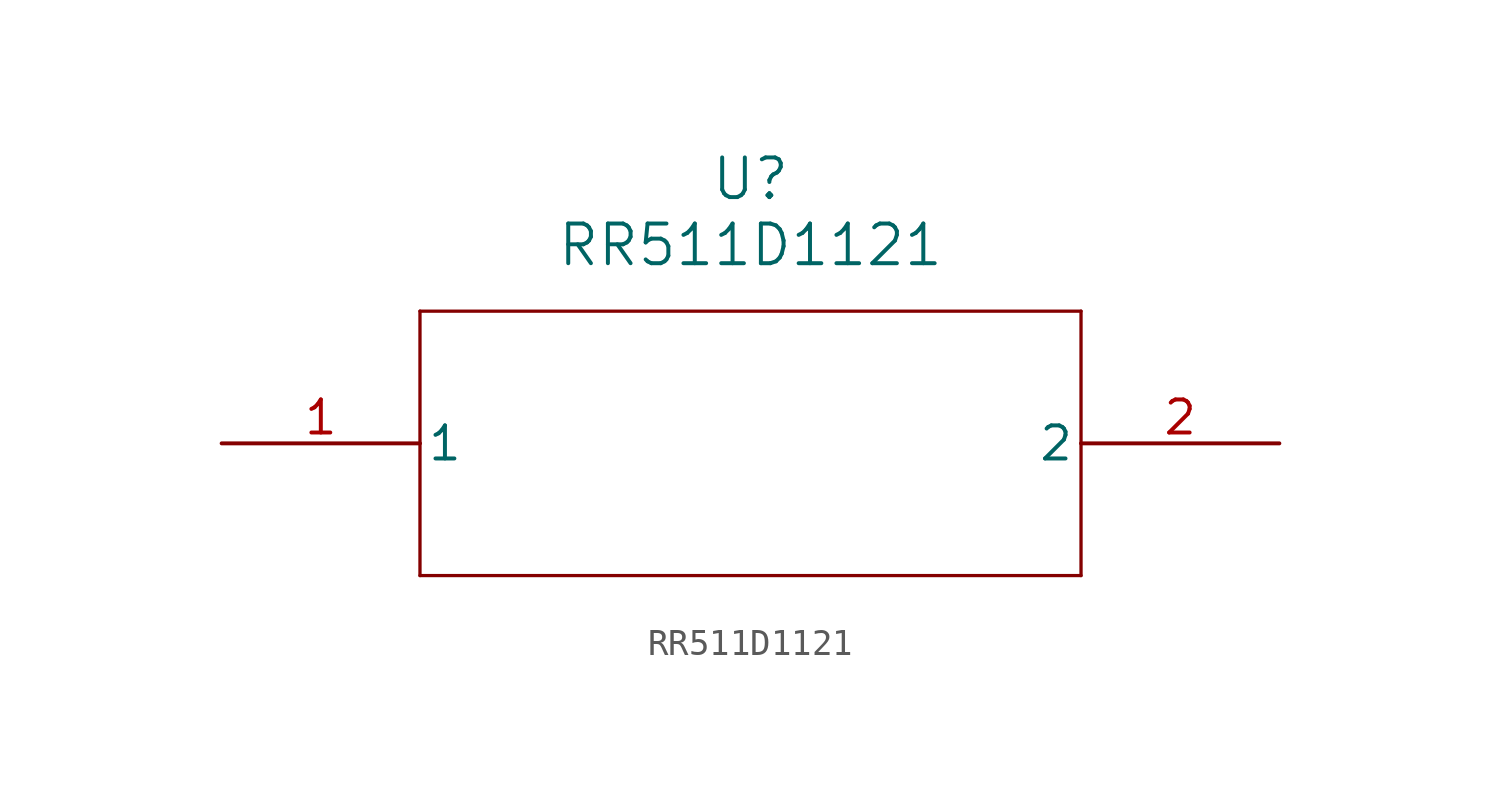
<source format=kicad_sym>
(kicad_symbol_lib
  (version 20211014)
  (generator kicad_symbol_editor)
  (symbol "RR511D1121"
    (pin_names
      (offset 0.254))
    (property "Reference" "U"
      (at 20.32 10.16 0)
      (effects (font (size 1.524 1.524))))
    (property "Value" "RR511D1121"
      (at 20.32 7.62 0)
      (effects (font (size 1.524 1.524))))
    (symbol "RR511D1121_0_1"
      (polyline (pts (xy 7.62 5.08) (xy 7.62 -5.08)) (stroke (width 0.127) (type default) (color 0 0 0 0)) (fill (type none)))
      (polyline (pts (xy 7.62 -5.08) (xy 33.02 -5.08)) (stroke (width 0.127) (type default) (color 0 0 0 0)) (fill (type none)))
      (polyline (pts (xy 33.02 -5.08) (xy 33.02 5.08)) (stroke (width 0.127) (type default) (color 0 0 0 0)) (fill (type none)))
      (polyline (pts (xy 33.02 5.08) (xy 7.62 5.08)) (stroke (width 0.127) (type default) (color 0 0 0 0)) (fill (type none)))
      (pin unspecified line (at 0 0 0) (length 7.62) (name "1" (effects (font (size 1.27 1.27)))) (number "1" (effects (font (size 1.27 1.27)))))
      (pin unspecified line (at 40.64 0 180) (length 7.62) (name "2" (effects (font (size 1.27 1.27)))) (number "2" (effects (font (size 1.27 1.27))))))))
</source>
